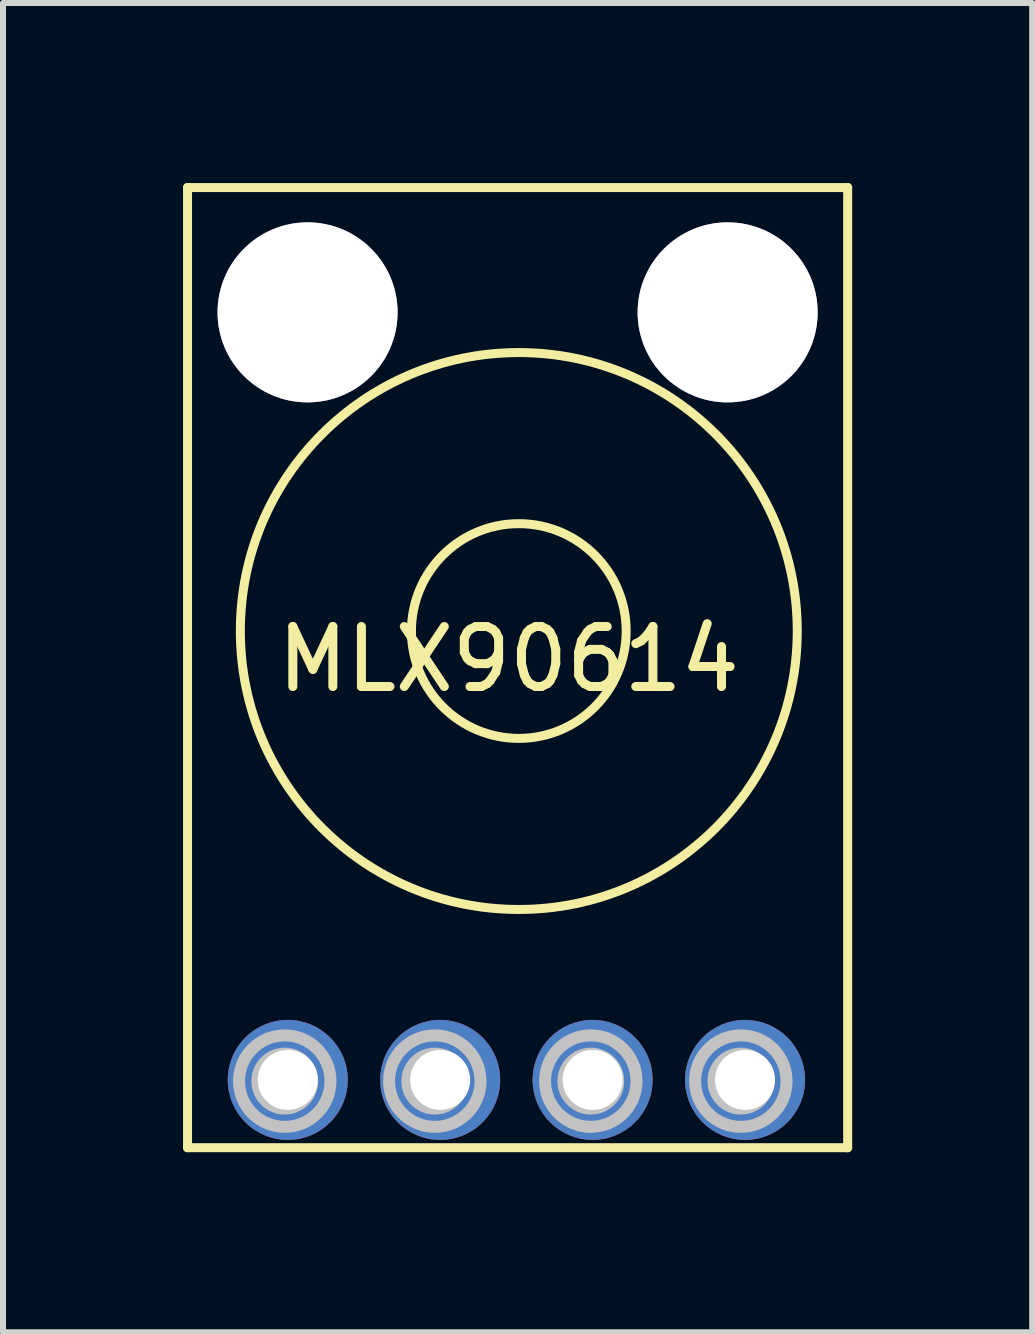
<source format=kicad_pcb>
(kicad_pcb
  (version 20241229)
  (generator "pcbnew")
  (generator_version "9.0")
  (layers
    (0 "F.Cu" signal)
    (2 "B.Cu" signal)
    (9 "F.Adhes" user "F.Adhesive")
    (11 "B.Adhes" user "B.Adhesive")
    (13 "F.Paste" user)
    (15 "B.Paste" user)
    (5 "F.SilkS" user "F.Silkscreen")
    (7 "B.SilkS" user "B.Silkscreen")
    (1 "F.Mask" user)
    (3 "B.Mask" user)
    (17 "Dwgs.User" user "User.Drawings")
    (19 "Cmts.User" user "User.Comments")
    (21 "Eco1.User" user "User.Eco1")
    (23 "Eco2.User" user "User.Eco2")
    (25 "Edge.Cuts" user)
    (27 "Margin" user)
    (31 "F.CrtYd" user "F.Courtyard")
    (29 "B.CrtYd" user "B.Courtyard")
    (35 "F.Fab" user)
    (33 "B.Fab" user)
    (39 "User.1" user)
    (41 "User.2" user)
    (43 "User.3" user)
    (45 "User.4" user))
  (footprint "MLX90614"
    (layer "F.Cu")
    (at 5.575 7.525)
    (property "Reference" "MLX90614" (at -0.15 0.41 0) (layer "F.SilkS") (effects (font (size 1 1) (thickness 0.15))))
    (attr through_hole)
    (fp_line (start -5.5 -7.45) (end -5.5 8.55) (stroke (width 0.15) (type solid)) (layer "F.SilkS"))
    (fp_line (start -5.5 -7.45) (end 5.5 -7.45) (stroke (width 0.15) (type solid)) (layer "F.SilkS"))
    (fp_line (start -5.5 8.55) (end 5.5 8.55) (stroke (width 0.15) (type solid)) (layer "F.SilkS"))
    (fp_line (start 5.5 -7.45) (end 5.5 8.55) (stroke (width 0.15) (type solid)) (layer "F.SilkS"))
    (fp_circle (center 0.02 -0.06) (end 1.809 -0.06) (stroke (width 0.15) (type solid)) (fill no) (layer "F.SilkS"))
    (fp_circle (center 0.02 -0.06) (end 4.66 -0.06) (stroke (width 0.15) (type solid)) (fill no) (layer "F.SilkS"))
    (fp_circle (center -3.88 7.44) (end -3.423 7.44) (stroke (width 0.2) (type solid)) (fill no) (layer "Dwgs.User"))
    (fp_circle (center -3.88 7.44) (end -3.118 7.44) (stroke (width 0.2) (type solid)) (fill no) (layer "Dwgs.User"))
    (fp_circle (center -1.38 7.44) (end -0.923 7.44) (stroke (width 0.2) (type solid)) (fill no) (layer "Dwgs.User"))
    (fp_circle (center -1.38 7.44) (end -0.618 7.44) (stroke (width 0.2) (type solid)) (fill no) (layer "Dwgs.User"))
    (fp_circle (center 1.22 7.44) (end 1.677 7.44) (stroke (width 0.2) (type solid)) (fill no) (layer "Dwgs.User"))
    (fp_circle (center 1.22 7.44) (end 1.982 7.44) (stroke (width 0.2) (type solid)) (fill no) (layer "Dwgs.User"))
    (fp_circle (center 3.72 7.44) (end 4.482 7.44) (stroke (width 0.2) (type solid)) (fill no) (layer "Dwgs.User"))
    (fp_circle (center 3.72 7.44) (end 4.177 7.44) (stroke (width 0.2) (type solid)) (fill no) (layer "Dwgs.User"))
    (pad "" thru_hole circle (at -3.5 -5.37) (size 3 3) (drill 3) (layers "*.Cu" "*.Mask"))
    (pad "" thru_hole circle (at 3.5 -5.37) (size 3 3) (drill 3) (layers "*.Cu" "*.Mask"))
    (pad "1" thru_hole circle (at -3.83 7.42) (size 2 2) (drill 1) (layers "*.Cu" "*.Mask"))
    (pad "2" thru_hole circle (at -1.29 7.42) (size 2 2) (drill 1) (layers "*.Cu" "*.Mask"))
    (pad "3" thru_hole circle (at 1.25 7.42) (size 2 2) (drill 1) (layers "*.Cu" "*.Mask"))
    (pad "4" thru_hole circle (at 3.79 7.42) (size 2 2) (drill 1) (layers "*.Cu" "*.Mask")))
  (gr_rect
    (start -3 -3)
    (end 14.15 19.15)
    (stroke (width 0.1) (type default))
    (fill no)
    (layer "Edge.Cuts")))
</source>
